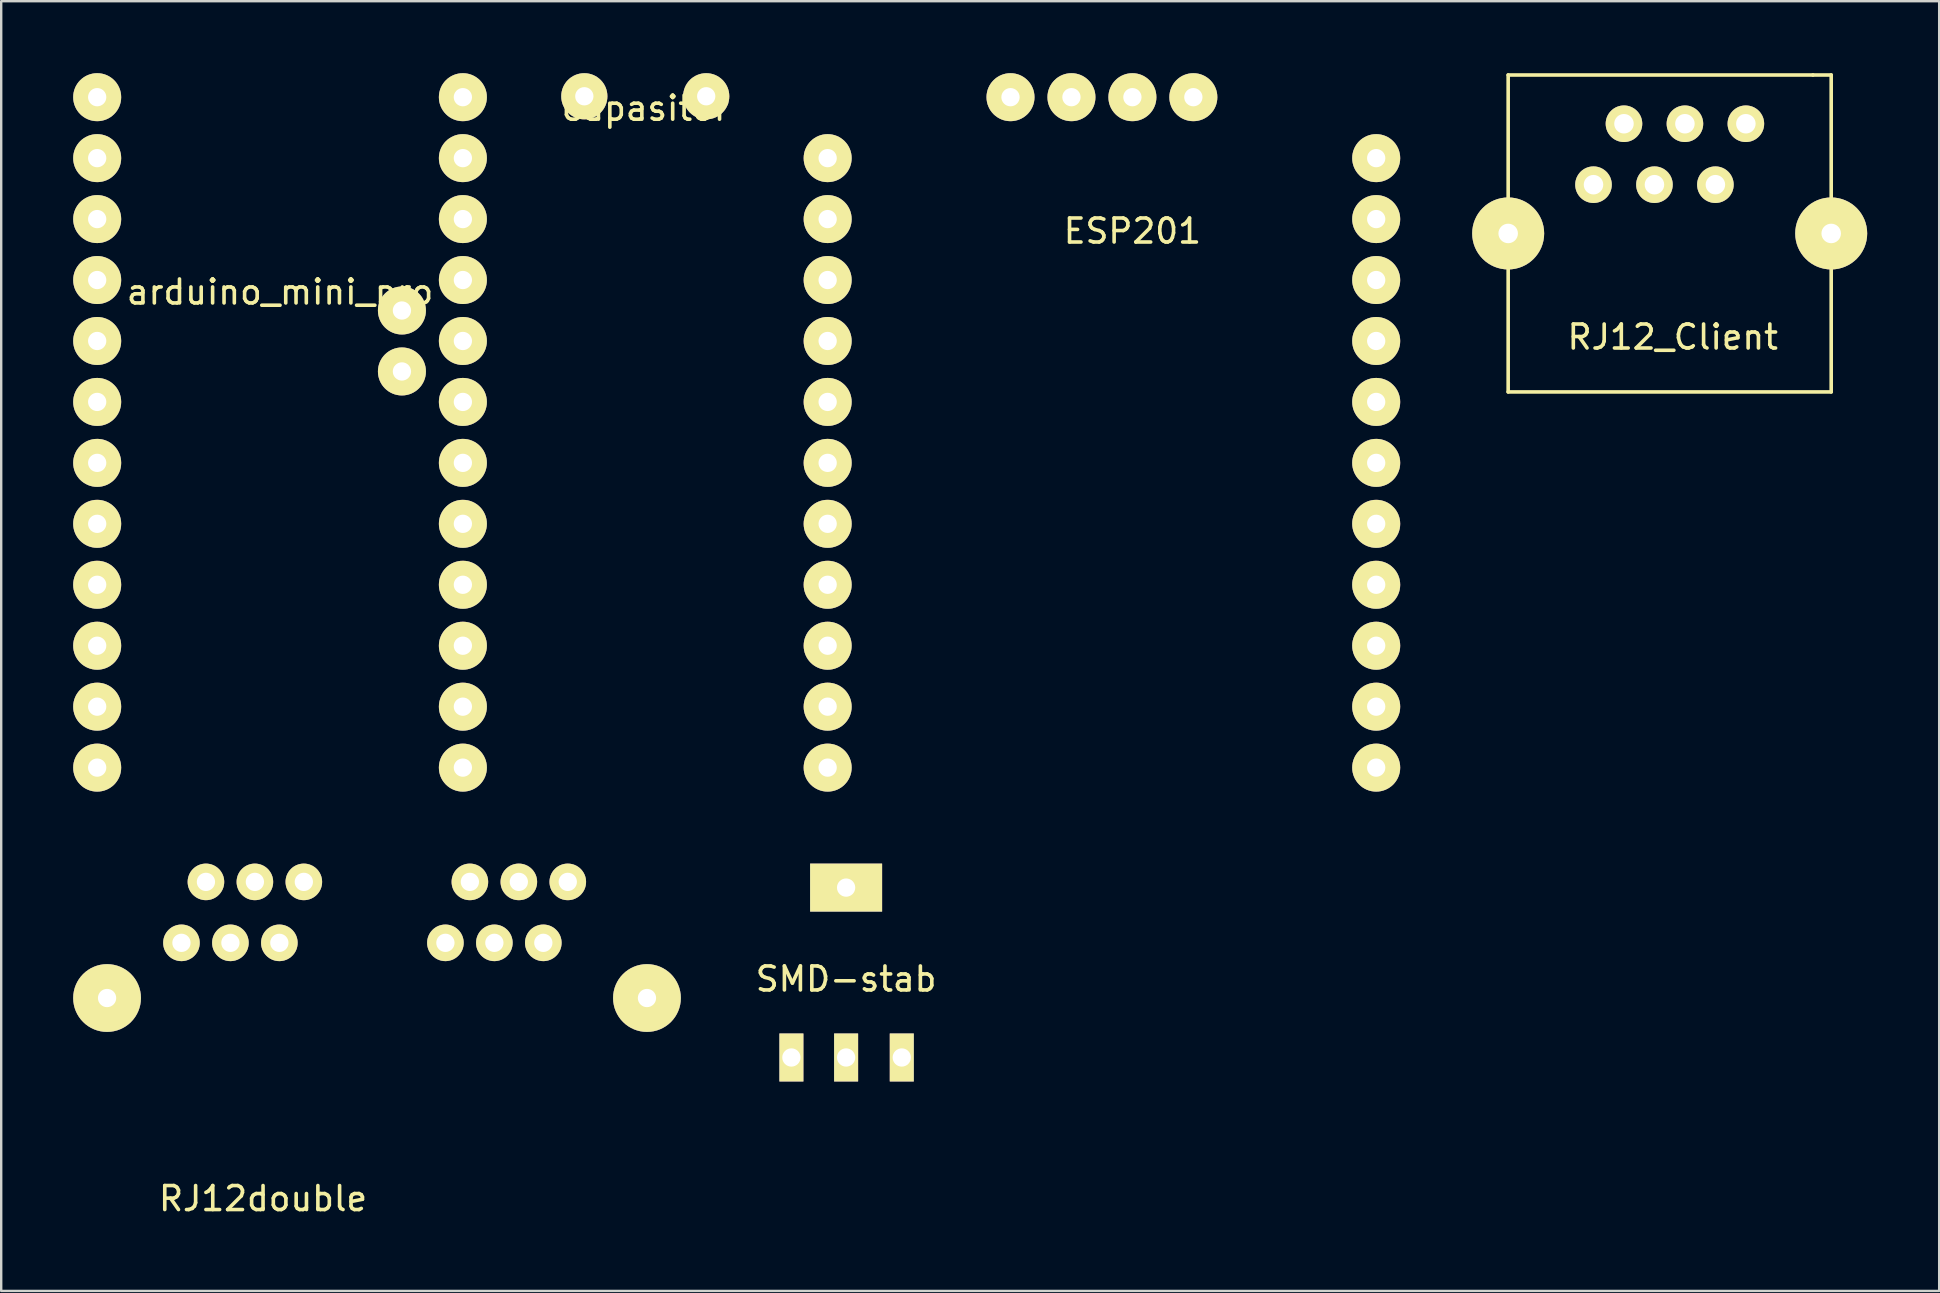
<source format=kicad_pcb>
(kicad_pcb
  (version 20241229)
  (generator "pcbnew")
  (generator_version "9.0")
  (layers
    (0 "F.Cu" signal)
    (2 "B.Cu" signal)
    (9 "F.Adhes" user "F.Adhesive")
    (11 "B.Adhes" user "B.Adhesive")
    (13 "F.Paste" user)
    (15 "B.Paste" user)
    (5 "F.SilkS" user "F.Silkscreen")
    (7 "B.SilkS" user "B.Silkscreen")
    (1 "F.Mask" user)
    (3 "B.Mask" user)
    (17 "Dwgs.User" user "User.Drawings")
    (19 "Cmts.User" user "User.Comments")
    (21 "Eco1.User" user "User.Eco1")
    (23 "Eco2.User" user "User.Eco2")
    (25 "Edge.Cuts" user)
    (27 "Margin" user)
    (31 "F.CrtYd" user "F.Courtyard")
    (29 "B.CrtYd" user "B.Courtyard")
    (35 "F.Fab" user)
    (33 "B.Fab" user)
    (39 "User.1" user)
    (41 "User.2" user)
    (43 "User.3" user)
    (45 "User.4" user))
  (footprint "capasitor"
    (layer "F.Cu")
    (at 23.841 0.962)
    (property "Reference" "capasitor" (at 0 0.5 0) (layer "F.SilkS") (effects (font (size 1 1) (thickness 0.15))))
    (attr through_hole)
    (pad "1" thru_hole circle (at 2.54 0) (size 1.924 1.924) (drill 0.762) (layers "*.Cu" "*.Mask" "F.SilkS"))
    (pad "2" thru_hole circle (at -2.54 0) (size 1.924 1.924) (drill 0.762) (layers "*.Cu" "*.Mask" "F.SilkS")))
  (footprint "ESP201"
    (layer "F.Cu")
    (at 44.142 6.08)
    (property "Reference" "ESP201" (at 0 0.5 0) (layer "F.SilkS") (effects (font (size 1 1) (thickness 0.15))))
    (attr through_hole)
    (pad "1" thru_hole circle (at -5.08 -5.08) (size 2 2) (drill 0.762) (layers "*.Cu" "*.Mask" "F.SilkS"))
    (pad "2" thru_hole circle (at -2.54 -5.08) (size 2 2) (drill 0.762) (layers "*.Cu" "*.Mask" "F.SilkS"))
    (pad "3" thru_hole circle (at 0 -5.08) (size 2 2) (drill 0.762) (layers "*.Cu" "*.Mask" "F.SilkS"))
    (pad "4" thru_hole circle (at 2.54 -5.08) (size 2 2) (drill 0.762) (layers "*.Cu" "*.Mask" "F.SilkS"))
    (pad "5" thru_hole circle (at -12.7 -2.54) (size 2 2) (drill 0.762) (layers "*.Cu" "*.Mask" "F.SilkS"))
    (pad "6" thru_hole circle (at -12.7 0) (size 2 2) (drill 0.762) (layers "*.Cu" "*.Mask" "F.SilkS"))
    (pad "7" thru_hole circle (at -12.7 2.54) (size 2 2) (drill 0.762) (layers "*.Cu" "*.Mask" "F.SilkS"))
    (pad "8" thru_hole circle (at -12.7 5.08) (size 2 2) (drill 0.762) (layers "*.Cu" "*.Mask" "F.SilkS"))
    (pad "9" thru_hole circle (at -12.7 7.62) (size 2 2) (drill 0.762) (layers "*.Cu" "*.Mask" "F.SilkS"))
    (pad "10" thru_hole circle (at -12.7 10.16) (size 2 2) (drill 0.762) (layers "*.Cu" "*.Mask" "F.SilkS"))
    (pad "11" thru_hole circle (at -12.7 12.7) (size 2 2) (drill 0.762) (layers "*.Cu" "*.Mask" "F.SilkS"))
    (pad "12" thru_hole circle (at -12.7 15.24) (size 2 2) (drill 0.762) (layers "*.Cu" "*.Mask" "F.SilkS"))
    (pad "13" thru_hole circle (at -12.7 17.78) (size 2 2) (drill 0.762) (layers "*.Cu" "*.Mask" "F.SilkS"))
    (pad "14" thru_hole circle (at -12.7 20.32) (size 2 2) (drill 0.762) (layers "*.Cu" "*.Mask" "F.SilkS"))
    (pad "15" thru_hole circle (at -12.7 22.86) (size 2 2) (drill 0.762) (layers "*.Cu" "*.Mask" "F.SilkS"))
    (pad "16" thru_hole circle (at 10.16 22.86) (size 2 2) (drill 0.762) (layers "*.Cu" "*.Mask" "F.SilkS"))
    (pad "17" thru_hole circle (at 10.16 20.32) (size 2 2) (drill 0.762) (layers "*.Cu" "*.Mask" "F.SilkS"))
    (pad "18" thru_hole circle (at 10.16 17.78) (size 2 2) (drill 0.762) (layers "*.Cu" "*.Mask" "F.SilkS"))
    (pad "19" thru_hole circle (at 10.16 15.24) (size 2 2) (drill 0.762) (layers "*.Cu" "*.Mask" "F.SilkS"))
    (pad "20" thru_hole circle (at 10.16 12.7) (size 2 2) (drill 0.762) (layers "*.Cu" "*.Mask" "F.SilkS"))
    (pad "21" thru_hole circle (at 10.16 10.16) (size 2 2) (drill 0.762) (layers "*.Cu" "*.Mask" "F.SilkS"))
    (pad "22" thru_hole circle (at 10.16 7.62) (size 2 2) (drill 0.762) (layers "*.Cu" "*.Mask" "F.SilkS"))
    (pad "23" thru_hole circle (at 10.16 5.08) (size 2 2) (drill 0.762) (layers "*.Cu" "*.Mask" "F.SilkS"))
    (pad "24" thru_hole circle (at 10.16 2.54) (size 2 2) (drill 0.762) (layers "*.Cu" "*.Mask" "F.SilkS"))
    (pad "25" thru_hole circle (at 10.16 0) (size 2 2) (drill 0.762) (layers "*.Cu" "*.Mask" "F.SilkS"))
    (pad "26" thru_hole circle (at 10.16 -2.54) (size 2 2) (drill 0.762) (layers "*.Cu" "*.Mask" "F.SilkS")))
  (footprint "RJ12_Client"
    (layer "F.Cu")
    (at 66.66 10.997)
    (property "Reference" "RJ12_Client" (at 0 0 0) (layer "F.SilkS") (effects (font (size 1 1) (thickness 0.15))))
    (attr through_hole)
    (fp_line (start -6.858 -10.922) (end -6.858 2.286) (stroke (width 0.15) (type solid)) (layer "F.SilkS"))
    (fp_line (start -6.858 -10.922) (end 5.842 -10.922) (stroke (width 0.15) (type solid)) (layer "F.SilkS"))
    (fp_line (start -6.858 2.286) (end 6.604 2.286) (stroke (width 0.15) (type solid)) (layer "F.SilkS"))
    (fp_line (start 5.842 -10.922) (end 6.604 -10.922) (stroke (width 0.15) (type solid)) (layer "F.SilkS"))
    (fp_line (start 6.604 -10.922) (end 6.604 2.286) (stroke (width 0.15) (type solid)) (layer "F.SilkS"))
    (pad "1" thru_hole circle (at 3.048 -8.89) (size 1.524 1.524) (drill 0.813) (layers "*.Cu" "*.Mask" "F.SilkS"))
    (pad "2" thru_hole circle (at 1.778 -6.35) (size 1.524 1.524) (drill 0.813) (layers "*.Cu" "*.Mask" "F.SilkS"))
    (pad "3" thru_hole circle (at 0.508 -8.89) (size 1.524 1.524) (drill 0.813) (layers "*.Cu" "*.Mask" "F.SilkS"))
    (pad "4" thru_hole circle (at -0.762 -6.35) (size 1.524 1.524) (drill 0.813) (layers "*.Cu" "*.Mask" "F.SilkS"))
    (pad "5" thru_hole circle (at -2.032 -8.89) (size 1.524 1.524) (drill 0.813) (layers "*.Cu" "*.Mask" "F.SilkS"))
    (pad "6" thru_hole circle (at -3.302 -6.35) (size 1.524 1.524) (drill 0.813) (layers "*.Cu" "*.Mask" "F.SilkS"))
    (pad "7" thru_hole circle (at -6.858 -4.318) (size 3 3) (drill 0.813) (layers "*.Cu" "*.Mask" "F.SilkS"))
    (pad "8" thru_hole circle (at 6.604 -4.318) (size 3 3) (drill 0.813) (layers "*.Cu" "*.Mask" "F.SilkS")))
  (footprint "SMD-stab"
    (layer "F.Cu")
    (at 32.211 37.75)
    (property "Reference" "SMD-stab" (at 0 0 0) (layer "F.SilkS") (effects (font (size 1 1) (thickness 0.15))))
    (attr through_hole)
    (pad "0" thru_hole rect (at 0 3.27) (size 1 2) (drill 0.762) (layers "*.Cu" "*.Mask" "F.SilkS"))
    (pad "1" thru_hole rect (at 2.32 3.27) (size 1 2) (drill 0.762) (layers "*.Cu" "*.Mask" "F.SilkS"))
    (pad "2" thru_hole rect (at 0 -3.81) (size 3 2) (drill 0.762) (layers "*.Cu" "*.Mask" "F.SilkS"))
    (pad "3" thru_hole rect (at -2.28 3.27) (size 1 2) (drill 0.762) (layers "*.Cu" "*.Mask" "F.SilkS")))
  (footprint "arduino_mini_pro"
    (layer "F.Cu")
    (at 8.62 8.62)
    (property "Reference" "arduino_mini_pro" (at 0 0.5 0) (layer "F.SilkS") (effects (font (size 1 1) (thickness 0.15))))
    (attr through_hole)
    (pad "7" thru_hole circle (at 7.62 -7.62) (size 2 2) (drill 0.762) (layers "*.Cu" "*.Mask" "F.SilkS"))
    (pad "8" thru_hole circle (at 7.62 -5.08) (size 2 2) (drill 0.762) (layers "*.Cu" "*.Mask" "F.SilkS"))
    (pad "9" thru_hole circle (at 7.62 -2.54) (size 2 2) (drill 0.762) (layers "*.Cu" "*.Mask" "F.SilkS"))
    (pad "10" thru_hole circle (at 7.62 0) (size 2 2) (drill 0.762) (layers "*.Cu" "*.Mask" "F.SilkS"))
    (pad "11" thru_hole circle (at 7.62 2.54) (size 2 2) (drill 0.762) (layers "*.Cu" "*.Mask" "F.SilkS"))
    (pad "12" thru_hole circle (at 7.62 5.08) (size 2 2) (drill 0.762) (layers "*.Cu" "*.Mask" "F.SilkS"))
    (pad "13" thru_hole circle (at 7.62 7.62) (size 2 2) (drill 0.762) (layers "*.Cu" "*.Mask" "F.SilkS"))
    (pad "14" thru_hole circle (at 7.62 10.16) (size 2 2) (drill 0.762) (layers "*.Cu" "*.Mask" "F.SilkS"))
    (pad "15" thru_hole circle (at 7.62 12.7) (size 2 2) (drill 0.762) (layers "*.Cu" "*.Mask" "F.SilkS"))
    (pad "16" thru_hole circle (at 7.62 15.24) (size 2 2) (drill 0.762) (layers "*.Cu" "*.Mask" "F.SilkS"))
    (pad "17" thru_hole circle (at 7.62 17.78) (size 2 2) (drill 0.762) (layers "*.Cu" "*.Mask" "F.SilkS"))
    (pad "18" thru_hole circle (at 7.62 20.32) (size 2 2) (drill 0.762) (layers "*.Cu" "*.Mask" "F.SilkS"))
    (pad "22" thru_hole circle (at 5.08 1.27) (size 2 2) (drill 0.762) (layers "*.Cu" "*.Mask" "F.SilkS"))
    (pad "23" thru_hole circle (at 5.08 3.81) (size 2 2) (drill 0.762) (layers "*.Cu" "*.Mask" "F.SilkS"))
    (pad "24" thru_hole circle (at -7.62 20.32) (size 2 2) (drill 0.762) (layers "*.Cu" "*.Mask" "F.SilkS"))
    (pad "25" thru_hole circle (at -7.62 17.78) (size 2 2) (drill 0.762) (layers "*.Cu" "*.Mask" "F.SilkS"))
    (pad "26" thru_hole circle (at -7.62 15.24) (size 2 2) (drill 0.762) (layers "*.Cu" "*.Mask" "F.SilkS"))
    (pad "27" thru_hole circle (at -7.62 12.7) (size 2 2) (drill 0.762) (layers "*.Cu" "*.Mask" "F.SilkS"))
    (pad "28" thru_hole circle (at -7.62 10.16) (size 2 2) (drill 0.762) (layers "*.Cu" "*.Mask" "F.SilkS"))
    (pad "29" thru_hole circle (at -7.62 7.62) (size 2 2) (drill 0.762) (layers "*.Cu" "*.Mask" "F.SilkS"))
    (pad "30" thru_hole circle (at -7.62 5.08) (size 2 2) (drill 0.762) (layers "*.Cu" "*.Mask" "F.SilkS"))
    (pad "31" thru_hole circle (at -7.62 2.54) (size 2 2) (drill 0.762) (layers "*.Cu" "*.Mask" "F.SilkS"))
    (pad "32" thru_hole circle (at -7.62 0) (size 2 2) (drill 0.762) (layers "*.Cu" "*.Mask" "F.SilkS"))
    (pad "33" thru_hole circle (at -7.62 -2.54) (size 2 2) (drill 0.762) (layers "*.Cu" "*.Mask" "F.SilkS"))
    (pad "34" thru_hole circle (at -7.62 -5.08) (size 2 2) (drill 0.762) (layers "*.Cu" "*.Mask" "F.SilkS"))
    (pad "35" thru_hole circle (at -7.62 -7.62) (size 2 2) (drill 0.762) (layers "*.Cu" "*.Mask" "F.SilkS")))
  (footprint "RJ12double"
    (layer "F.Cu")
    (at 7.912 46.402)
    (property "Reference" "RJ12double" (at 0 0.5 0) (layer "F.SilkS") (effects (font (size 1 1) (thickness 0.15))))
    (attr through_hole)
    (pad "1" thru_hole circle (at 7.6 -10.16) (size 1.524 1.524) (drill 0.762) (layers "*.Cu" "*.Mask" "F.SilkS"))
    (pad "2" thru_hole circle (at 8.62 -12.7) (size 1.524 1.524) (drill 0.762) (layers "*.Cu" "*.Mask" "F.SilkS"))
    (pad "3" thru_hole circle (at 9.64 -10.16) (size 1.524 1.524) (drill 0.762) (layers "*.Cu" "*.Mask" "F.SilkS"))
    (pad "4" thru_hole circle (at 10.66 -12.7) (size 1.524 1.524) (drill 0.762) (layers "*.Cu" "*.Mask" "F.SilkS"))
    (pad "5" thru_hole circle (at 11.68 -10.16) (size 1.524 1.524) (drill 0.762) (layers "*.Cu" "*.Mask" "F.SilkS"))
    (pad "6" thru_hole circle (at 12.7 -12.7) (size 1.524 1.524) (drill 0.762) (layers "*.Cu" "*.Mask" "F.SilkS"))
    (pad "7" thru_hole circle (at 16 -7.86) (size 2.824 2.824) (drill 0.762) (layers "*.Cu" "*.Mask" "F.SilkS"))
    (pad "8" thru_hole circle (at -6.5 -7.86) (size 2.824 2.824) (drill 0.762) (layers "*.Cu" "*.Mask" "F.SilkS"))
    (pad "9" thru_hole circle (at -3.4 -10.16) (size 1.524 1.524) (drill 0.762) (layers "*.Cu" "*.Mask" "F.SilkS"))
    (pad "10" thru_hole circle (at -2.38 -12.7) (size 1.524 1.524) (drill 0.762) (layers "*.Cu" "*.Mask" "F.SilkS"))
    (pad "11" thru_hole circle (at -1.36 -10.16) (size 1.524 1.524) (drill 0.762) (layers "*.Cu" "*.Mask" "F.SilkS"))
    (pad "12" thru_hole circle (at -0.34 -12.7) (size 1.524 1.524) (drill 0.762) (layers "*.Cu" "*.Mask" "F.SilkS"))
    (pad "13" thru_hole circle (at 0.68 -10.16) (size 1.524 1.524) (drill 0.762) (layers "*.Cu" "*.Mask" "F.SilkS"))
    (pad "14" thru_hole circle (at 1.7 -12.7) (size 1.524 1.524) (drill 0.762) (layers "*.Cu" "*.Mask" "F.SilkS")))
  (gr_rect
    (start -3 -3)
    (end 77.764 50.75)
    (stroke (width 0.1) (type default))
    (fill no)
    (layer "Edge.Cuts")))
</source>
